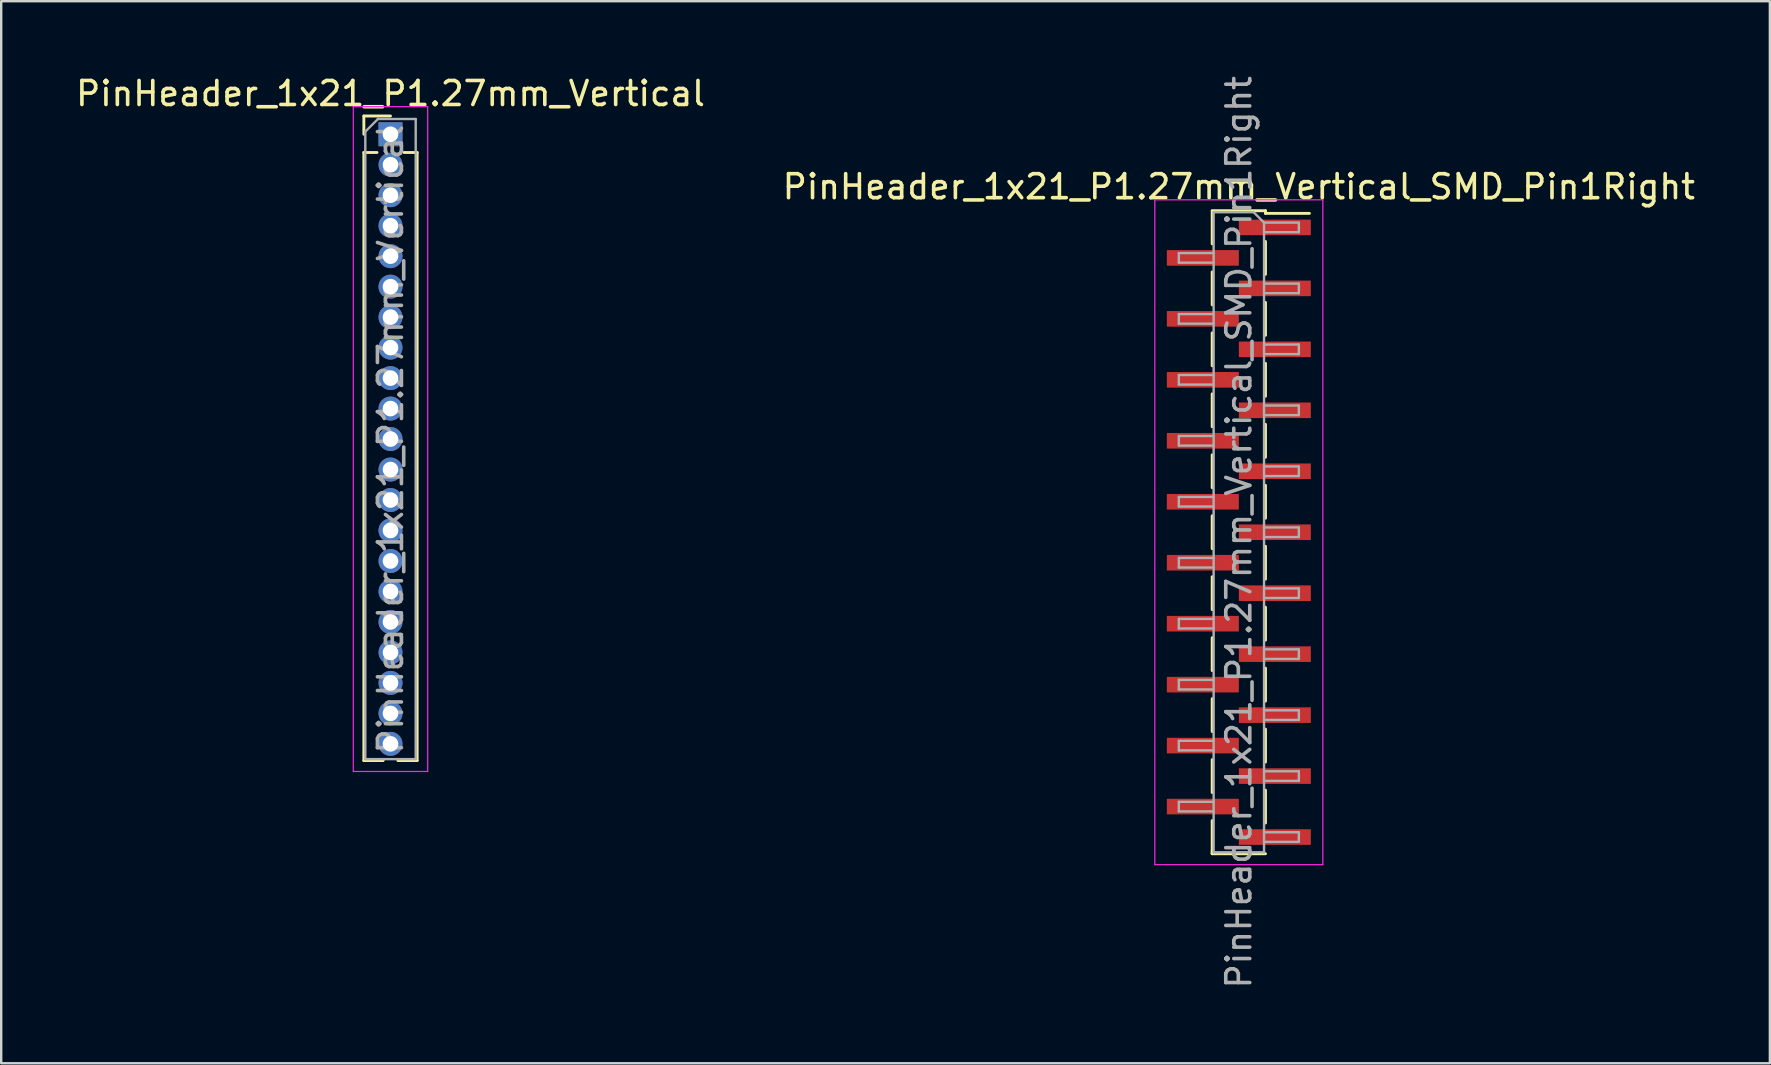
<source format=kicad_pcb>
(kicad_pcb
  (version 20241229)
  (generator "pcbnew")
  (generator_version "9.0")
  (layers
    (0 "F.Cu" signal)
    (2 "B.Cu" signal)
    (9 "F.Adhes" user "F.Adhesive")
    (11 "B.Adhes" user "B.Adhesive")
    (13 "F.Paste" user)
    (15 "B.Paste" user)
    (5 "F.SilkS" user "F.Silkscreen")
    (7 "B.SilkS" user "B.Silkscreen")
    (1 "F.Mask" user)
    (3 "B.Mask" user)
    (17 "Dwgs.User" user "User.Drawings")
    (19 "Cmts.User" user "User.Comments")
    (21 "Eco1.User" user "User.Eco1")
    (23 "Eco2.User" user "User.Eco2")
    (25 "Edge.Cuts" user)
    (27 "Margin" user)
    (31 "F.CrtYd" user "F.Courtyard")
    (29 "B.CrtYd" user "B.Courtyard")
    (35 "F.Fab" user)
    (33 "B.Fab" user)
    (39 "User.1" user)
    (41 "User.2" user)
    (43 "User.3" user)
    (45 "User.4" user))
  (footprint "PinHeader_1x21_P1.27mm_Vertical"
    (layer "F.Cu")
    (at 13.22 2.543)
    (property "Reference" "PinHeader_1x21_P1.27mm_Vertical" (at 0 -1.695 0) (layer "F.SilkS") (effects (font (size 1 1) (thickness 0.15))))
    (attr through_hole)
    (fp_line (start -1.11 -0.76) (end 0 -0.76) (stroke (width 0.12) (type solid)) (layer "F.SilkS"))
    (fp_line (start -1.11 0) (end -1.11 -0.76) (stroke (width 0.12) (type solid)) (layer "F.SilkS"))
    (fp_line (start -1.11 0.76) (end -1.11 26.095) (stroke (width 0.12) (type solid)) (layer "F.SilkS"))
    (fp_line (start -1.11 0.76) (end -0.563 0.76) (stroke (width 0.12) (type solid)) (layer "F.SilkS"))
    (fp_line (start -1.11 26.095) (end -0.308 26.095) (stroke (width 0.12) (type solid)) (layer "F.SilkS"))
    (fp_line (start 0.308 26.095) (end 1.11 26.095) (stroke (width 0.12) (type solid)) (layer "F.SilkS"))
    (fp_line (start 0.563 0.76) (end 1.11 0.76) (stroke (width 0.12) (type solid)) (layer "F.SilkS"))
    (fp_line (start 1.11 0.76) (end 1.11 26.095) (stroke (width 0.12) (type solid)) (layer "F.SilkS"))
    (fp_line (start -1.55 -1.15) (end -1.55 26.55) (stroke (width 0.05) (type solid)) (layer "F.CrtYd"))
    (fp_line (start -1.55 26.55) (end 1.55 26.55) (stroke (width 0.05) (type solid)) (layer "F.CrtYd"))
    (fp_line (start 1.55 -1.15) (end -1.55 -1.15) (stroke (width 0.05) (type solid)) (layer "F.CrtYd"))
    (fp_line (start 1.55 26.55) (end 1.55 -1.15) (stroke (width 0.05) (type solid)) (layer "F.CrtYd"))
    (fp_line (start -1.05 -0.11) (end -0.525 -0.635) (stroke (width 0.1) (type solid)) (layer "F.Fab"))
    (fp_line (start -1.05 26.035) (end -1.05 -0.11) (stroke (width 0.1) (type solid)) (layer "F.Fab"))
    (fp_line (start -0.525 -0.635) (end 1.05 -0.635) (stroke (width 0.1) (type solid)) (layer "F.Fab"))
    (fp_line (start 1.05 -0.635) (end 1.05 26.035) (stroke (width 0.1) (type solid)) (layer "F.Fab"))
    (fp_line (start 1.05 26.035) (end -1.05 26.035) (stroke (width 0.1) (type solid)) (layer "F.Fab"))
    (fp_text user "${REFERENCE}" (at 0 12.7 90) (layer "F.Fab") (effects (font (size 1 1) (thickness 0.15))))
    (pad "1" thru_hole rect (at 0 0) (size 1 1) (drill 0.65) (layers "*.Cu" "*.Mask"))
    (pad "2" thru_hole oval (at 0 1.27) (size 1 1) (drill 0.65) (layers "*.Cu" "*.Mask"))
    (pad "3" thru_hole oval (at 0 2.54) (size 1 1) (drill 0.65) (layers "*.Cu" "*.Mask"))
    (pad "4" thru_hole oval (at 0 3.81) (size 1 1) (drill 0.65) (layers "*.Cu" "*.Mask"))
    (pad "5" thru_hole oval (at 0 5.08) (size 1 1) (drill 0.65) (layers "*.Cu" "*.Mask"))
    (pad "6" thru_hole oval (at 0 6.35) (size 1 1) (drill 0.65) (layers "*.Cu" "*.Mask"))
    (pad "7" thru_hole oval (at 0 7.62) (size 1 1) (drill 0.65) (layers "*.Cu" "*.Mask"))
    (pad "8" thru_hole oval (at 0 8.89) (size 1 1) (drill 0.65) (layers "*.Cu" "*.Mask"))
    (pad "9" thru_hole oval (at 0 10.16) (size 1 1) (drill 0.65) (layers "*.Cu" "*.Mask"))
    (pad "10" thru_hole oval (at 0 11.43) (size 1 1) (drill 0.65) (layers "*.Cu" "*.Mask"))
    (pad "11" thru_hole oval (at 0 12.7) (size 1 1) (drill 0.65) (layers "*.Cu" "*.Mask"))
    (pad "12" thru_hole oval (at 0 13.97) (size 1 1) (drill 0.65) (layers "*.Cu" "*.Mask"))
    (pad "13" thru_hole oval (at 0 15.24) (size 1 1) (drill 0.65) (layers "*.Cu" "*.Mask"))
    (pad "14" thru_hole oval (at 0 16.51) (size 1 1) (drill 0.65) (layers "*.Cu" "*.Mask"))
    (pad "15" thru_hole oval (at 0 17.78) (size 1 1) (drill 0.65) (layers "*.Cu" "*.Mask"))
    (pad "16" thru_hole oval (at 0 19.05) (size 1 1) (drill 0.65) (layers "*.Cu" "*.Mask"))
    (pad "17" thru_hole oval (at 0 20.32) (size 1 1) (drill 0.65) (layers "*.Cu" "*.Mask"))
    (pad "18" thru_hole oval (at 0 21.59) (size 1 1) (drill 0.65) (layers "*.Cu" "*.Mask"))
    (pad "19" thru_hole oval (at 0 22.86) (size 1 1) (drill 0.65) (layers "*.Cu" "*.Mask"))
    (pad "20" thru_hole oval (at 0 24.13) (size 1 1) (drill 0.65) (layers "*.Cu" "*.Mask"))
    (pad "21" thru_hole oval (at 0 25.4) (size 1 1) (drill 0.65) (layers "*.Cu" "*.Mask")))
  (footprint "PinHeader_1x21_P1.27mm_Vertical_SMD_Pin1Right"
    (layer "F.Cu")
    (at 48.565 19.125)
    (property "Reference" "PinHeader_1x21_P1.27mm_Vertical_SMD_Pin1Right" (at 0 -14.395 0) (layer "F.SilkS") (effects (font (size 1 1) (thickness 0.15))))
    (attr smd)
    (fp_line (start -1.11 -13.395) (end 1.11 -13.395) (stroke (width 0.12) (type solid)) (layer "F.SilkS"))
    (fp_line (start -1.11 -13.385) (end -1.11 -12.015) (stroke (width 0.12) (type solid)) (layer "F.SilkS"))
    (fp_line (start -1.11 -10.845) (end -1.11 -9.475) (stroke (width 0.12) (type solid)) (layer "F.SilkS"))
    (fp_line (start -1.11 -8.305) (end -1.11 -6.935) (stroke (width 0.12) (type solid)) (layer "F.SilkS"))
    (fp_line (start -1.11 -5.765) (end -1.11 -4.395) (stroke (width 0.12) (type solid)) (layer "F.SilkS"))
    (fp_line (start -1.11 -3.225) (end -1.11 -1.855) (stroke (width 0.12) (type solid)) (layer "F.SilkS"))
    (fp_line (start -1.11 -0.685) (end -1.11 0.685) (stroke (width 0.12) (type solid)) (layer "F.SilkS"))
    (fp_line (start -1.11 1.855) (end -1.11 3.225) (stroke (width 0.12) (type solid)) (layer "F.SilkS"))
    (fp_line (start -1.11 4.395) (end -1.11 5.765) (stroke (width 0.12) (type solid)) (layer "F.SilkS"))
    (fp_line (start -1.11 6.935) (end -1.11 8.305) (stroke (width 0.12) (type solid)) (layer "F.SilkS"))
    (fp_line (start -1.11 9.475) (end -1.11 10.845) (stroke (width 0.12) (type solid)) (layer "F.SilkS"))
    (fp_line (start -1.11 12.015) (end -1.11 13.385) (stroke (width 0.12) (type solid)) (layer "F.SilkS"))
    (fp_line (start -1.11 13.285) (end -1.11 13.395) (stroke (width 0.12) (type solid)) (layer "F.SilkS"))
    (fp_line (start -1.11 13.395) (end 1.11 13.395) (stroke (width 0.12) (type solid)) (layer "F.SilkS"))
    (fp_line (start 1.11 -13.395) (end 1.11 -13.285) (stroke (width 0.12) (type solid)) (layer "F.SilkS"))
    (fp_line (start 1.11 -13.285) (end 2.94 -13.285) (stroke (width 0.12) (type solid)) (layer "F.SilkS"))
    (fp_line (start 1.11 -12.115) (end 1.11 -10.745) (stroke (width 0.12) (type solid)) (layer "F.SilkS"))
    (fp_line (start 1.11 -9.575) (end 1.11 -8.205) (stroke (width 0.12) (type solid)) (layer "F.SilkS"))
    (fp_line (start 1.11 -7.035) (end 1.11 -5.665) (stroke (width 0.12) (type solid)) (layer "F.SilkS"))
    (fp_line (start 1.11 -4.495) (end 1.11 -3.125) (stroke (width 0.12) (type solid)) (layer "F.SilkS"))
    (fp_line (start 1.11 -1.955) (end 1.11 -0.585) (stroke (width 0.12) (type solid)) (layer "F.SilkS"))
    (fp_line (start 1.11 0.585) (end 1.11 1.955) (stroke (width 0.12) (type solid)) (layer "F.SilkS"))
    (fp_line (start 1.11 3.125) (end 1.11 4.495) (stroke (width 0.12) (type solid)) (layer "F.SilkS"))
    (fp_line (start 1.11 5.665) (end 1.11 7.035) (stroke (width 0.12) (type solid)) (layer "F.SilkS"))
    (fp_line (start 1.11 8.205) (end 1.11 9.575) (stroke (width 0.12) (type solid)) (layer "F.SilkS"))
    (fp_line (start 1.11 10.745) (end 1.11 12.115) (stroke (width 0.12) (type solid)) (layer "F.SilkS"))
    (fp_line (start -3.5 -13.85) (end -3.5 13.85) (stroke (width 0.05) (type solid)) (layer "F.CrtYd"))
    (fp_line (start -3.5 13.85) (end 3.5 13.85) (stroke (width 0.05) (type solid)) (layer "F.CrtYd"))
    (fp_line (start 3.5 -13.85) (end -3.5 -13.85) (stroke (width 0.05) (type solid)) (layer "F.CrtYd"))
    (fp_line (start 3.5 13.85) (end 3.5 -13.85) (stroke (width 0.05) (type solid)) (layer "F.CrtYd"))
    (fp_line (start -2.5 -11.63) (end -2.5 -11.23) (stroke (width 0.1) (type solid)) (layer "F.Fab"))
    (fp_line (start -2.5 -11.23) (end -1.05 -11.23) (stroke (width 0.1) (type solid)) (layer "F.Fab"))
    (fp_line (start -2.5 -9.09) (end -2.5 -8.69) (stroke (width 0.1) (type solid)) (layer "F.Fab"))
    (fp_line (start -2.5 -8.69) (end -1.05 -8.69) (stroke (width 0.1) (type solid)) (layer "F.Fab"))
    (fp_line (start -2.5 -6.55) (end -2.5 -6.15) (stroke (width 0.1) (type solid)) (layer "F.Fab"))
    (fp_line (start -2.5 -6.15) (end -1.05 -6.15) (stroke (width 0.1) (type solid)) (layer "F.Fab"))
    (fp_line (start -2.5 -4.01) (end -2.5 -3.61) (stroke (width 0.1) (type solid)) (layer "F.Fab"))
    (fp_line (start -2.5 -3.61) (end -1.05 -3.61) (stroke (width 0.1) (type solid)) (layer "F.Fab"))
    (fp_line (start -2.5 -1.47) (end -2.5 -1.07) (stroke (width 0.1) (type solid)) (layer "F.Fab"))
    (fp_line (start -2.5 -1.07) (end -1.05 -1.07) (stroke (width 0.1) (type solid)) (layer "F.Fab"))
    (fp_line (start -2.5 1.07) (end -2.5 1.47) (stroke (width 0.1) (type solid)) (layer "F.Fab"))
    (fp_line (start -2.5 1.47) (end -1.05 1.47) (stroke (width 0.1) (type solid)) (layer "F.Fab"))
    (fp_line (start -2.5 3.61) (end -2.5 4.01) (stroke (width 0.1) (type solid)) (layer "F.Fab"))
    (fp_line (start -2.5 4.01) (end -1.05 4.01) (stroke (width 0.1) (type solid)) (layer "F.Fab"))
    (fp_line (start -2.5 6.15) (end -2.5 6.55) (stroke (width 0.1) (type solid)) (layer "F.Fab"))
    (fp_line (start -2.5 6.55) (end -1.05 6.55) (stroke (width 0.1) (type solid)) (layer "F.Fab"))
    (fp_line (start -2.5 8.69) (end -2.5 9.09) (stroke (width 0.1) (type solid)) (layer "F.Fab"))
    (fp_line (start -2.5 9.09) (end -1.05 9.09) (stroke (width 0.1) (type solid)) (layer "F.Fab"))
    (fp_line (start -2.5 11.23) (end -2.5 11.63) (stroke (width 0.1) (type solid)) (layer "F.Fab"))
    (fp_line (start -2.5 11.63) (end -1.05 11.63) (stroke (width 0.1) (type solid)) (layer "F.Fab"))
    (fp_line (start -1.05 -13.335) (end -1.05 13.335) (stroke (width 0.1) (type solid)) (layer "F.Fab"))
    (fp_line (start -1.05 -13.335) (end 0.615 -13.335) (stroke (width 0.1) (type solid)) (layer "F.Fab"))
    (fp_line (start -1.05 -11.63) (end -2.5 -11.63) (stroke (width 0.1) (type solid)) (layer "F.Fab"))
    (fp_line (start -1.05 -9.09) (end -2.5 -9.09) (stroke (width 0.1) (type solid)) (layer "F.Fab"))
    (fp_line (start -1.05 -6.55) (end -2.5 -6.55) (stroke (width 0.1) (type solid)) (layer "F.Fab"))
    (fp_line (start -1.05 -4.01) (end -2.5 -4.01) (stroke (width 0.1) (type solid)) (layer "F.Fab"))
    (fp_line (start -1.05 -1.47) (end -2.5 -1.47) (stroke (width 0.1) (type solid)) (layer "F.Fab"))
    (fp_line (start -1.05 1.07) (end -2.5 1.07) (stroke (width 0.1) (type solid)) (layer "F.Fab"))
    (fp_line (start -1.05 3.61) (end -2.5 3.61) (stroke (width 0.1) (type solid)) (layer "F.Fab"))
    (fp_line (start -1.05 6.15) (end -2.5 6.15) (stroke (width 0.1) (type solid)) (layer "F.Fab"))
    (fp_line (start -1.05 8.69) (end -2.5 8.69) (stroke (width 0.1) (type solid)) (layer "F.Fab"))
    (fp_line (start -1.05 11.23) (end -2.5 11.23) (stroke (width 0.1) (type solid)) (layer "F.Fab"))
    (fp_line (start 1.05 -12.9) (end 0.615 -13.335) (stroke (width 0.1) (type solid)) (layer "F.Fab"))
    (fp_line (start 1.05 -12.9) (end 2.5 -12.9) (stroke (width 0.1) (type solid)) (layer "F.Fab"))
    (fp_line (start 1.05 -10.36) (end 2.5 -10.36) (stroke (width 0.1) (type solid)) (layer "F.Fab"))
    (fp_line (start 1.05 -7.82) (end 2.5 -7.82) (stroke (width 0.1) (type solid)) (layer "F.Fab"))
    (fp_line (start 1.05 -5.28) (end 2.5 -5.28) (stroke (width 0.1) (type solid)) (layer "F.Fab"))
    (fp_line (start 1.05 -2.74) (end 2.5 -2.74) (stroke (width 0.1) (type solid)) (layer "F.Fab"))
    (fp_line (start 1.05 -0.2) (end 2.5 -0.2) (stroke (width 0.1) (type solid)) (layer "F.Fab"))
    (fp_line (start 1.05 2.34) (end 2.5 2.34) (stroke (width 0.1) (type solid)) (layer "F.Fab"))
    (fp_line (start 1.05 4.88) (end 2.5 4.88) (stroke (width 0.1) (type solid)) (layer "F.Fab"))
    (fp_line (start 1.05 7.42) (end 2.5 7.42) (stroke (width 0.1) (type solid)) (layer "F.Fab"))
    (fp_line (start 1.05 9.96) (end 2.5 9.96) (stroke (width 0.1) (type solid)) (layer "F.Fab"))
    (fp_line (start 1.05 12.5) (end 2.5 12.5) (stroke (width 0.1) (type solid)) (layer "F.Fab"))
    (fp_line (start 1.05 13.335) (end -1.05 13.335) (stroke (width 0.1) (type solid)) (layer "F.Fab"))
    (fp_line (start 1.05 13.335) (end 1.05 -12.9) (stroke (width 0.1) (type solid)) (layer "F.Fab"))
    (fp_line (start 2.5 -12.9) (end 2.5 -12.5) (stroke (width 0.1) (type solid)) (layer "F.Fab"))
    (fp_line (start 2.5 -12.5) (end 1.05 -12.5) (stroke (width 0.1) (type solid)) (layer "F.Fab"))
    (fp_line (start 2.5 -10.36) (end 2.5 -9.96) (stroke (width 0.1) (type solid)) (layer "F.Fab"))
    (fp_line (start 2.5 -9.96) (end 1.05 -9.96) (stroke (width 0.1) (type solid)) (layer "F.Fab"))
    (fp_line (start 2.5 -7.82) (end 2.5 -7.42) (stroke (width 0.1) (type solid)) (layer "F.Fab"))
    (fp_line (start 2.5 -7.42) (end 1.05 -7.42) (stroke (width 0.1) (type solid)) (layer "F.Fab"))
    (fp_line (start 2.5 -5.28) (end 2.5 -4.88) (stroke (width 0.1) (type solid)) (layer "F.Fab"))
    (fp_line (start 2.5 -4.88) (end 1.05 -4.88) (stroke (width 0.1) (type solid)) (layer "F.Fab"))
    (fp_line (start 2.5 -2.74) (end 2.5 -2.34) (stroke (width 0.1) (type solid)) (layer "F.Fab"))
    (fp_line (start 2.5 -2.34) (end 1.05 -2.34) (stroke (width 0.1) (type solid)) (layer "F.Fab"))
    (fp_line (start 2.5 -0.2) (end 2.5 0.2) (stroke (width 0.1) (type solid)) (layer "F.Fab"))
    (fp_line (start 2.5 0.2) (end 1.05 0.2) (stroke (width 0.1) (type solid)) (layer "F.Fab"))
    (fp_line (start 2.5 2.34) (end 2.5 2.74) (stroke (width 0.1) (type solid)) (layer "F.Fab"))
    (fp_line (start 2.5 2.74) (end 1.05 2.74) (stroke (width 0.1) (type solid)) (layer "F.Fab"))
    (fp_line (start 2.5 4.88) (end 2.5 5.28) (stroke (width 0.1) (type solid)) (layer "F.Fab"))
    (fp_line (start 2.5 5.28) (end 1.05 5.28) (stroke (width 0.1) (type solid)) (layer "F.Fab"))
    (fp_line (start 2.5 7.42) (end 2.5 7.82) (stroke (width 0.1) (type solid)) (layer "F.Fab"))
    (fp_line (start 2.5 7.82) (end 1.05 7.82) (stroke (width 0.1) (type solid)) (layer "F.Fab"))
    (fp_line (start 2.5 9.96) (end 2.5 10.36) (stroke (width 0.1) (type solid)) (layer "F.Fab"))
    (fp_line (start 2.5 10.36) (end 1.05 10.36) (stroke (width 0.1) (type solid)) (layer "F.Fab"))
    (fp_line (start 2.5 12.5) (end 2.5 12.9) (stroke (width 0.1) (type solid)) (layer "F.Fab"))
    (fp_line (start 2.5 12.9) (end 1.05 12.9) (stroke (width 0.1) (type solid)) (layer "F.Fab"))
    (fp_text user "${REFERENCE}" (at 0 0 90) (layer "F.Fab") (effects (font (size 1 1) (thickness 0.15))))
    (pad "1" smd rect (at 1.5 -12.7) (size 3 0.65) (layers "F.Cu" "F.Mask" "F.Paste"))
    (pad "2" smd rect (at -1.5 -11.43) (size 3 0.65) (layers "F.Cu" "F.Mask" "F.Paste"))
    (pad "3" smd rect (at 1.5 -10.16) (size 3 0.65) (layers "F.Cu" "F.Mask" "F.Paste"))
    (pad "4" smd rect (at -1.5 -8.89) (size 3 0.65) (layers "F.Cu" "F.Mask" "F.Paste"))
    (pad "5" smd rect (at 1.5 -7.62) (size 3 0.65) (layers "F.Cu" "F.Mask" "F.Paste"))
    (pad "6" smd rect (at -1.5 -6.35) (size 3 0.65) (layers "F.Cu" "F.Mask" "F.Paste"))
    (pad "7" smd rect (at 1.5 -5.08) (size 3 0.65) (layers "F.Cu" "F.Mask" "F.Paste"))
    (pad "8" smd rect (at -1.5 -3.81) (size 3 0.65) (layers "F.Cu" "F.Mask" "F.Paste"))
    (pad "9" smd rect (at 1.5 -2.54) (size 3 0.65) (layers "F.Cu" "F.Mask" "F.Paste"))
    (pad "10" smd rect (at -1.5 -1.27) (size 3 0.65) (layers "F.Cu" "F.Mask" "F.Paste"))
    (pad "11" smd rect (at 1.5 0) (size 3 0.65) (layers "F.Cu" "F.Mask" "F.Paste"))
    (pad "12" smd rect (at -1.5 1.27) (size 3 0.65) (layers "F.Cu" "F.Mask" "F.Paste"))
    (pad "13" smd rect (at 1.5 2.54) (size 3 0.65) (layers "F.Cu" "F.Mask" "F.Paste"))
    (pad "14" smd rect (at -1.5 3.81) (size 3 0.65) (layers "F.Cu" "F.Mask" "F.Paste"))
    (pad "15" smd rect (at 1.5 5.08) (size 3 0.65) (layers "F.Cu" "F.Mask" "F.Paste"))
    (pad "16" smd rect (at -1.5 6.35) (size 3 0.65) (layers "F.Cu" "F.Mask" "F.Paste"))
    (pad "17" smd rect (at 1.5 7.62) (size 3 0.65) (layers "F.Cu" "F.Mask" "F.Paste"))
    (pad "18" smd rect (at -1.5 8.89) (size 3 0.65) (layers "F.Cu" "F.Mask" "F.Paste"))
    (pad "19" smd rect (at 1.5 10.16) (size 3 0.65) (layers "F.Cu" "F.Mask" "F.Paste"))
    (pad "20" smd rect (at -1.5 11.43) (size 3 0.65) (layers "F.Cu" "F.Mask" "F.Paste"))
    (pad "21" smd rect (at 1.5 12.7) (size 3 0.65) (layers "F.Cu" "F.Mask" "F.Paste")))
  (gr_rect
    (start -3 -3)
    (end 70.69 41.25)
    (stroke (width 0.1) (type default))
    (fill no)
    (layer "Edge.Cuts")))
</source>
